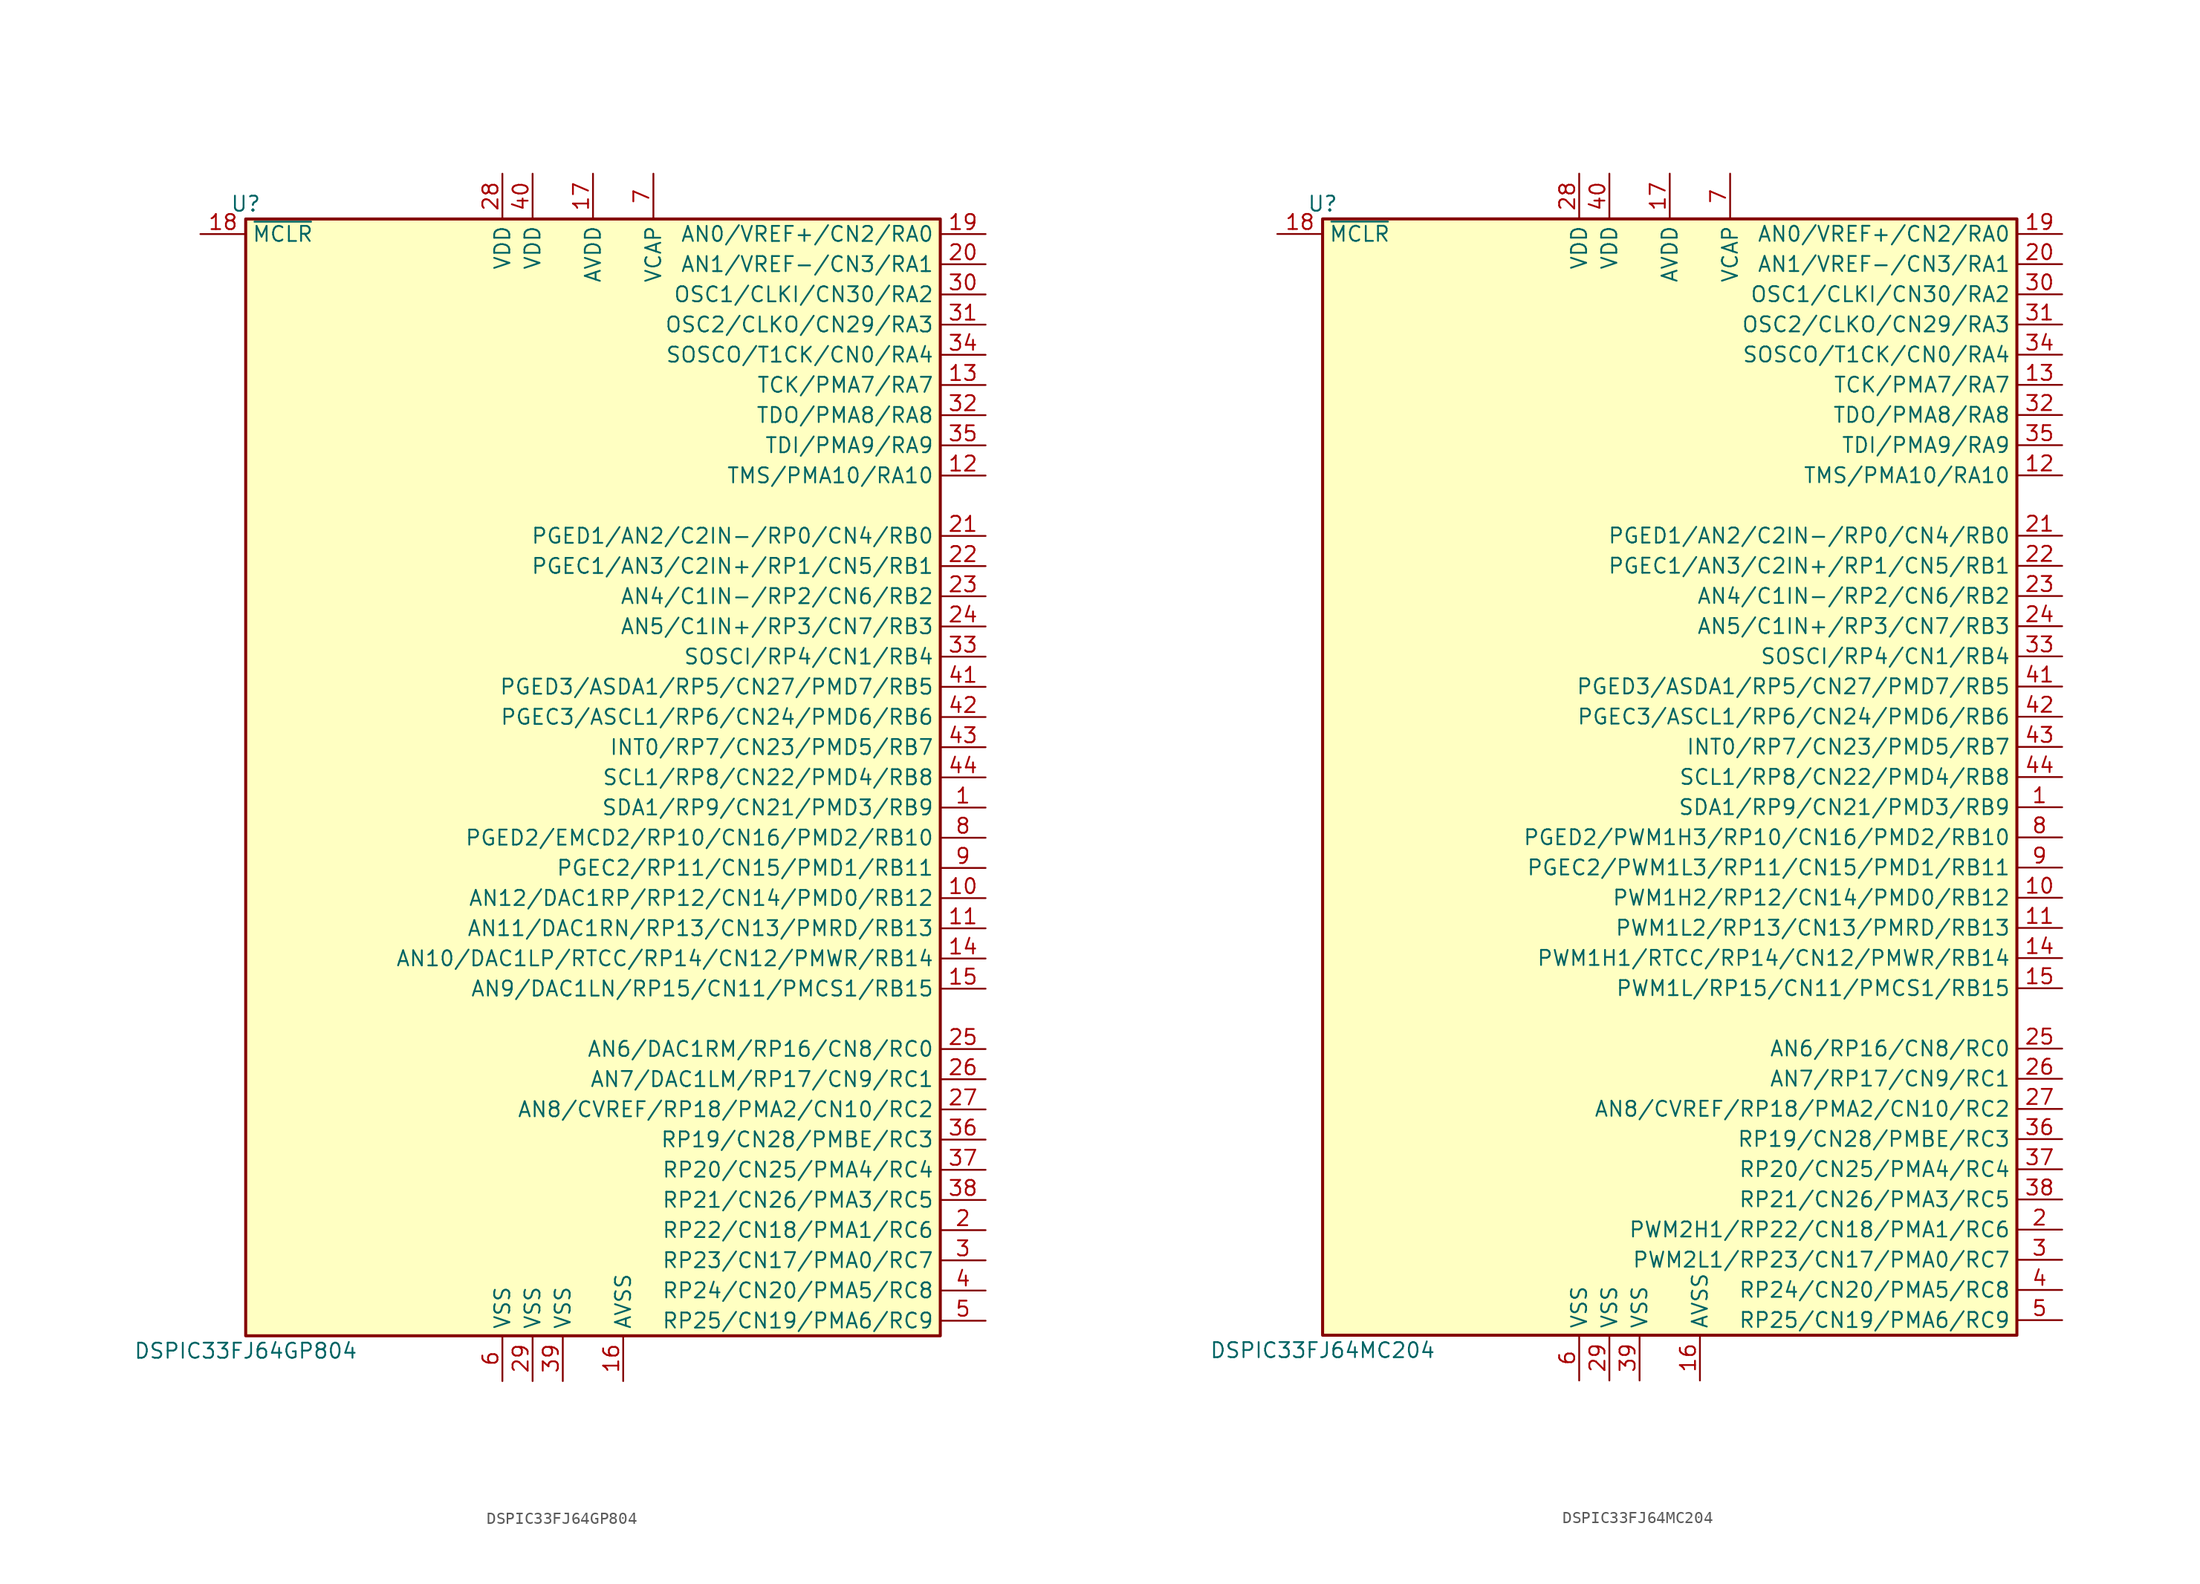
<source format=kicad_sym>
(kicad_symbol_lib
  (version 20201005)
  (generator kicad_symbol_editor)
  (symbol "DSP_Microchip_DSPIC33:DSPIC33FJ64GP804"
    (property "Reference" "U"
      (at -29.21 48.26 0)
      (effects (font (size 1.27 1.27))))
    (property "Value" "DSPIC33FJ64GP804"
      (at -29.21 -48.26 0)
      (effects (font (size 1.27 1.27))))
    (symbol "DSPIC33FJ64GP804_1_1"
      (rectangle (start -29.21 46.99) (end 29.21 -46.99) (stroke (width 0.254)) (fill (type background)))
      (pin bidirectional line (at 33.02 -2.54 180) (length 3.81) (name "SDA1/RP9/CN21/PMD3/RB9" (effects (font (size 1.27 1.27)))) (number "1" (effects (font (size 1.27 1.27)))))
      (pin bidirectional line (at 33.02 -10.16 180) (length 3.81) (name "AN12/DAC1RP/RP12/CN14/PMD0/RB12" (effects (font (size 1.27 1.27)))) (number "10" (effects (font (size 1.27 1.27)))))
      (pin bidirectional line (at 33.02 -12.7 180) (length 3.81) (name "AN11/DAC1RN/RP13/CN13/PMRD/RB13" (effects (font (size 1.27 1.27)))) (number "11" (effects (font (size 1.27 1.27)))))
      (pin bidirectional line (at 33.02 25.4 180) (length 3.81) (name "TMS/PMA10/RA10" (effects (font (size 1.27 1.27)))) (number "12" (effects (font (size 1.27 1.27)))))
      (pin bidirectional line (at 33.02 33.02 180) (length 3.81) (name "TCK/PMA7/RA7" (effects (font (size 1.27 1.27)))) (number "13" (effects (font (size 1.27 1.27)))))
      (pin bidirectional line (at 33.02 -15.24 180) (length 3.81) (name "AN10/DAC1LP/RTCC/RP14/CN12/PMWR/RB14" (effects (font (size 1.27 1.27)))) (number "14" (effects (font (size 1.27 1.27)))))
      (pin bidirectional line (at 33.02 -17.78 180) (length 3.81) (name "AN9/DAC1LN/RP15/CN11/PMCS1/RB15" (effects (font (size 1.27 1.27)))) (number "15" (effects (font (size 1.27 1.27)))))
      (pin power_in line (at 2.54 -50.8 90) (length 3.81) (name "AVSS" (effects (font (size 1.27 1.27)))) (number "16" (effects (font (size 1.27 1.27)))))
      (pin power_in line (at 0 50.8 270) (length 3.81) (name "AVDD" (effects (font (size 1.27 1.27)))) (number "17" (effects (font (size 1.27 1.27)))))
      (pin input line (at -33.02 45.72 0) (length 3.81) (name "~MCLR" (effects (font (size 1.27 1.27)))) (number "18" (effects (font (size 1.27 1.27)))))
      (pin bidirectional line (at 33.02 45.72 180) (length 3.81) (name "AN0/VREF+/CN2/RA0" (effects (font (size 1.27 1.27)))) (number "19" (effects (font (size 1.27 1.27)))))
      (pin bidirectional line (at 33.02 -38.1 180) (length 3.81) (name "RP22/CN18/PMA1/RC6" (effects (font (size 1.27 1.27)))) (number "2" (effects (font (size 1.27 1.27)))))
      (pin bidirectional line (at 33.02 43.18 180) (length 3.81) (name "AN1/VREF-/CN3/RA1" (effects (font (size 1.27 1.27)))) (number "20" (effects (font (size 1.27 1.27)))))
      (pin bidirectional line (at 33.02 20.32 180) (length 3.81) (name "PGED1/AN2/C2IN-/RP0/CN4/RB0" (effects (font (size 1.27 1.27)))) (number "21" (effects (font (size 1.27 1.27)))))
      (pin bidirectional line (at 33.02 17.78 180) (length 3.81) (name "PGEC1/AN3/C2IN+/RP1/CN5/RB1" (effects (font (size 1.27 1.27)))) (number "22" (effects (font (size 1.27 1.27)))))
      (pin bidirectional line (at 33.02 15.24 180) (length 3.81) (name "AN4/C1IN-/RP2/CN6/RB2" (effects (font (size 1.27 1.27)))) (number "23" (effects (font (size 1.27 1.27)))))
      (pin bidirectional line (at 33.02 12.7 180) (length 3.81) (name "AN5/C1IN+/RP3/CN7/RB3" (effects (font (size 1.27 1.27)))) (number "24" (effects (font (size 1.27 1.27)))))
      (pin bidirectional line (at 33.02 -22.86 180) (length 3.81) (name "AN6/DAC1RM/RP16/CN8/RC0" (effects (font (size 1.27 1.27)))) (number "25" (effects (font (size 1.27 1.27)))))
      (pin bidirectional line (at 33.02 -25.4 180) (length 3.81) (name "AN7/DAC1LM/RP17/CN9/RC1" (effects (font (size 1.27 1.27)))) (number "26" (effects (font (size 1.27 1.27)))))
      (pin bidirectional line (at 33.02 -27.94 180) (length 3.81) (name "AN8/CVREF/RP18/PMA2/CN10/RC2" (effects (font (size 1.27 1.27)))) (number "27" (effects (font (size 1.27 1.27)))))
      (pin power_in line (at -7.62 50.8 270) (length 3.81) (name "VDD" (effects (font (size 1.27 1.27)))) (number "28" (effects (font (size 1.27 1.27)))))
      (pin power_in line (at -5.08 -50.8 90) (length 3.81) (name "VSS" (effects (font (size 1.27 1.27)))) (number "29" (effects (font (size 1.27 1.27)))))
      (pin bidirectional line (at 33.02 -40.64 180) (length 3.81) (name "RP23/CN17/PMA0/RC7" (effects (font (size 1.27 1.27)))) (number "3" (effects (font (size 1.27 1.27)))))
      (pin input line (at 33.02 40.64 180) (length 3.81) (name "OSC1/CLKI/CN30/RA2" (effects (font (size 1.27 1.27)))) (number "30" (effects (font (size 1.27 1.27)))))
      (pin input line (at 33.02 38.1 180) (length 3.81) (name "OSC2/CLKO/CN29/RA3" (effects (font (size 1.27 1.27)))) (number "31" (effects (font (size 1.27 1.27)))))
      (pin input line (at 33.02 30.48 180) (length 3.81) (name "TDO/PMA8/RA8" (effects (font (size 1.27 1.27)))) (number "32" (effects (font (size 1.27 1.27)))))
      (pin input line (at 33.02 10.16 180) (length 3.81) (name "SOSCI/RP4/CN1/RB4" (effects (font (size 1.27 1.27)))) (number "33" (effects (font (size 1.27 1.27)))))
      (pin input line (at 33.02 35.56 180) (length 3.81) (name "SOSCO/T1CK/CN0/RA4" (effects (font (size 1.27 1.27)))) (number "34" (effects (font (size 1.27 1.27)))))
      (pin input line (at 33.02 27.94 180) (length 3.81) (name "TDI/PMA9/RA9" (effects (font (size 1.27 1.27)))) (number "35" (effects (font (size 1.27 1.27)))))
      (pin input line (at 33.02 -30.48 180) (length 3.81) (name "RP19/CN28/PMBE/RC3" (effects (font (size 1.27 1.27)))) (number "36" (effects (font (size 1.27 1.27)))))
      (pin input line (at 33.02 -33.02 180) (length 3.81) (name "RP20/CN25/PMA4/RC4" (effects (font (size 1.27 1.27)))) (number "37" (effects (font (size 1.27 1.27)))))
      (pin input line (at 33.02 -35.56 180) (length 3.81) (name "RP21/CN26/PMA3/RC5" (effects (font (size 1.27 1.27)))) (number "38" (effects (font (size 1.27 1.27)))))
      (pin power_in line (at -2.54 -50.8 90) (length 3.81) (name "VSS" (effects (font (size 1.27 1.27)))) (number "39" (effects (font (size 1.27 1.27)))))
      (pin bidirectional line (at 33.02 -43.18 180) (length 3.81) (name "RP24/CN20/PMA5/RC8" (effects (font (size 1.27 1.27)))) (number "4" (effects (font (size 1.27 1.27)))))
      (pin power_in line (at -5.08 50.8 270) (length 3.81) (name "VDD" (effects (font (size 1.27 1.27)))) (number "40" (effects (font (size 1.27 1.27)))))
      (pin input line (at 33.02 7.62 180) (length 3.81) (name "PGED3/ASDA1/RP5/CN27/PMD7/RB5" (effects (font (size 1.27 1.27)))) (number "41" (effects (font (size 1.27 1.27)))))
      (pin input line (at 33.02 5.08 180) (length 3.81) (name "PGEC3/ASCL1/RP6/CN24/PMD6/RB6" (effects (font (size 1.27 1.27)))) (number "42" (effects (font (size 1.27 1.27)))))
      (pin input line (at 33.02 2.54 180) (length 3.81) (name "INT0/RP7/CN23/PMD5/RB7" (effects (font (size 1.27 1.27)))) (number "43" (effects (font (size 1.27 1.27)))))
      (pin input line (at 33.02 0 180) (length 3.81) (name "SCL1/RP8/CN22/PMD4/RB8" (effects (font (size 1.27 1.27)))) (number "44" (effects (font (size 1.27 1.27)))))
      (pin bidirectional line (at 33.02 -45.72 180) (length 3.81) (name "RP25/CN19/PMA6/RC9" (effects (font (size 1.27 1.27)))) (number "5" (effects (font (size 1.27 1.27)))))
      (pin power_in line (at -7.62 -50.8 90) (length 3.81) (name "VSS" (effects (font (size 1.27 1.27)))) (number "6" (effects (font (size 1.27 1.27)))))
      (pin power_in line (at 5.08 50.8 270) (length 3.81) (name "VCAP" (effects (font (size 1.27 1.27)))) (number "7" (effects (font (size 1.27 1.27)))))
      (pin bidirectional line (at 33.02 -5.08 180) (length 3.81) (name "PGED2/EMCD2/RP10/CN16/PMD2/RB10" (effects (font (size 1.27 1.27)))) (number "8" (effects (font (size 1.27 1.27)))))
      (pin bidirectional line (at 33.02 -7.62 180) (length 3.81) (name "PGEC2/RP11/CN15/PMD1/RB11" (effects (font (size 1.27 1.27)))) (number "9" (effects (font (size 1.27 1.27)))))))
  (symbol "DSP_Microchip_DSPIC33:DSPIC33FJ64MC204"
    (property "Reference" "U"
      (at -29.21 48.26 0)
      (effects (font (size 1.27 1.27))))
    (property "Value" "DSPIC33FJ64MC204"
      (at -29.21 -48.26 0)
      (effects (font (size 1.27 1.27))))
    (symbol "DSPIC33FJ64MC204_1_1"
      (rectangle (start -29.21 46.99) (end 29.21 -46.99) (stroke (width 0.254)) (fill (type background)))
      (pin bidirectional line (at 33.02 -2.54 180) (length 3.81) (name "SDA1/RP9/CN21/PMD3/RB9" (effects (font (size 1.27 1.27)))) (number "1" (effects (font (size 1.27 1.27)))))
      (pin bidirectional line (at 33.02 -10.16 180) (length 3.81) (name "PWM1H2/RP12/CN14/PMD0/RB12" (effects (font (size 1.27 1.27)))) (number "10" (effects (font (size 1.27 1.27)))))
      (pin bidirectional line (at 33.02 -12.7 180) (length 3.81) (name "PWM1L2/RP13/CN13/PMRD/RB13" (effects (font (size 1.27 1.27)))) (number "11" (effects (font (size 1.27 1.27)))))
      (pin bidirectional line (at 33.02 25.4 180) (length 3.81) (name "TMS/PMA10/RA10" (effects (font (size 1.27 1.27)))) (number "12" (effects (font (size 1.27 1.27)))))
      (pin bidirectional line (at 33.02 33.02 180) (length 3.81) (name "TCK/PMA7/RA7" (effects (font (size 1.27 1.27)))) (number "13" (effects (font (size 1.27 1.27)))))
      (pin bidirectional line (at 33.02 -15.24 180) (length 3.81) (name "PWM1H1/RTCC/RP14/CN12/PMWR/RB14" (effects (font (size 1.27 1.27)))) (number "14" (effects (font (size 1.27 1.27)))))
      (pin bidirectional line (at 33.02 -17.78 180) (length 3.81) (name "PWM1L/RP15/CN11/PMCS1/RB15" (effects (font (size 1.27 1.27)))) (number "15" (effects (font (size 1.27 1.27)))))
      (pin power_in line (at 2.54 -50.8 90) (length 3.81) (name "AVSS" (effects (font (size 1.27 1.27)))) (number "16" (effects (font (size 1.27 1.27)))))
      (pin power_in line (at 0 50.8 270) (length 3.81) (name "AVDD" (effects (font (size 1.27 1.27)))) (number "17" (effects (font (size 1.27 1.27)))))
      (pin input line (at -33.02 45.72 0) (length 3.81) (name "~MCLR" (effects (font (size 1.27 1.27)))) (number "18" (effects (font (size 1.27 1.27)))))
      (pin bidirectional line (at 33.02 45.72 180) (length 3.81) (name "AN0/VREF+/CN2/RA0" (effects (font (size 1.27 1.27)))) (number "19" (effects (font (size 1.27 1.27)))))
      (pin bidirectional line (at 33.02 -38.1 180) (length 3.81) (name "PWM2H1/RP22/CN18/PMA1/RC6" (effects (font (size 1.27 1.27)))) (number "2" (effects (font (size 1.27 1.27)))))
      (pin bidirectional line (at 33.02 43.18 180) (length 3.81) (name "AN1/VREF-/CN3/RA1" (effects (font (size 1.27 1.27)))) (number "20" (effects (font (size 1.27 1.27)))))
      (pin bidirectional line (at 33.02 20.32 180) (length 3.81) (name "PGED1/AN2/C2IN-/RP0/CN4/RB0" (effects (font (size 1.27 1.27)))) (number "21" (effects (font (size 1.27 1.27)))))
      (pin bidirectional line (at 33.02 17.78 180) (length 3.81) (name "PGEC1/AN3/C2IN+/RP1/CN5/RB1" (effects (font (size 1.27 1.27)))) (number "22" (effects (font (size 1.27 1.27)))))
      (pin bidirectional line (at 33.02 15.24 180) (length 3.81) (name "AN4/C1IN-/RP2/CN6/RB2" (effects (font (size 1.27 1.27)))) (number "23" (effects (font (size 1.27 1.27)))))
      (pin bidirectional line (at 33.02 12.7 180) (length 3.81) (name "AN5/C1IN+/RP3/CN7/RB3" (effects (font (size 1.27 1.27)))) (number "24" (effects (font (size 1.27 1.27)))))
      (pin bidirectional line (at 33.02 -22.86 180) (length 3.81) (name "AN6/RP16/CN8/RC0" (effects (font (size 1.27 1.27)))) (number "25" (effects (font (size 1.27 1.27)))))
      (pin bidirectional line (at 33.02 -25.4 180) (length 3.81) (name "AN7/RP17/CN9/RC1" (effects (font (size 1.27 1.27)))) (number "26" (effects (font (size 1.27 1.27)))))
      (pin bidirectional line (at 33.02 -27.94 180) (length 3.81) (name "AN8/CVREF/RP18/PMA2/CN10/RC2" (effects (font (size 1.27 1.27)))) (number "27" (effects (font (size 1.27 1.27)))))
      (pin power_in line (at -7.62 50.8 270) (length 3.81) (name "VDD" (effects (font (size 1.27 1.27)))) (number "28" (effects (font (size 1.27 1.27)))))
      (pin power_in line (at -5.08 -50.8 90) (length 3.81) (name "VSS" (effects (font (size 1.27 1.27)))) (number "29" (effects (font (size 1.27 1.27)))))
      (pin bidirectional line (at 33.02 -40.64 180) (length 3.81) (name "PWM2L1/RP23/CN17/PMA0/RC7" (effects (font (size 1.27 1.27)))) (number "3" (effects (font (size 1.27 1.27)))))
      (pin input line (at 33.02 40.64 180) (length 3.81) (name "OSC1/CLKI/CN30/RA2" (effects (font (size 1.27 1.27)))) (number "30" (effects (font (size 1.27 1.27)))))
      (pin input line (at 33.02 38.1 180) (length 3.81) (name "OSC2/CLKO/CN29/RA3" (effects (font (size 1.27 1.27)))) (number "31" (effects (font (size 1.27 1.27)))))
      (pin input line (at 33.02 30.48 180) (length 3.81) (name "TDO/PMA8/RA8" (effects (font (size 1.27 1.27)))) (number "32" (effects (font (size 1.27 1.27)))))
      (pin input line (at 33.02 10.16 180) (length 3.81) (name "SOSCI/RP4/CN1/RB4" (effects (font (size 1.27 1.27)))) (number "33" (effects (font (size 1.27 1.27)))))
      (pin input line (at 33.02 35.56 180) (length 3.81) (name "SOSCO/T1CK/CN0/RA4" (effects (font (size 1.27 1.27)))) (number "34" (effects (font (size 1.27 1.27)))))
      (pin input line (at 33.02 27.94 180) (length 3.81) (name "TDI/PMA9/RA9" (effects (font (size 1.27 1.27)))) (number "35" (effects (font (size 1.27 1.27)))))
      (pin input line (at 33.02 -30.48 180) (length 3.81) (name "RP19/CN28/PMBE/RC3" (effects (font (size 1.27 1.27)))) (number "36" (effects (font (size 1.27 1.27)))))
      (pin input line (at 33.02 -33.02 180) (length 3.81) (name "RP20/CN25/PMA4/RC4" (effects (font (size 1.27 1.27)))) (number "37" (effects (font (size 1.27 1.27)))))
      (pin input line (at 33.02 -35.56 180) (length 3.81) (name "RP21/CN26/PMA3/RC5" (effects (font (size 1.27 1.27)))) (number "38" (effects (font (size 1.27 1.27)))))
      (pin power_in line (at -2.54 -50.8 90) (length 3.81) (name "VSS" (effects (font (size 1.27 1.27)))) (number "39" (effects (font (size 1.27 1.27)))))
      (pin bidirectional line (at 33.02 -43.18 180) (length 3.81) (name "RP24/CN20/PMA5/RC8" (effects (font (size 1.27 1.27)))) (number "4" (effects (font (size 1.27 1.27)))))
      (pin power_in line (at -5.08 50.8 270) (length 3.81) (name "VDD" (effects (font (size 1.27 1.27)))) (number "40" (effects (font (size 1.27 1.27)))))
      (pin input line (at 33.02 7.62 180) (length 3.81) (name "PGED3/ASDA1/RP5/CN27/PMD7/RB5" (effects (font (size 1.27 1.27)))) (number "41" (effects (font (size 1.27 1.27)))))
      (pin input line (at 33.02 5.08 180) (length 3.81) (name "PGEC3/ASCL1/RP6/CN24/PMD6/RB6" (effects (font (size 1.27 1.27)))) (number "42" (effects (font (size 1.27 1.27)))))
      (pin input line (at 33.02 2.54 180) (length 3.81) (name "INT0/RP7/CN23/PMD5/RB7" (effects (font (size 1.27 1.27)))) (number "43" (effects (font (size 1.27 1.27)))))
      (pin input line (at 33.02 0 180) (length 3.81) (name "SCL1/RP8/CN22/PMD4/RB8" (effects (font (size 1.27 1.27)))) (number "44" (effects (font (size 1.27 1.27)))))
      (pin bidirectional line (at 33.02 -45.72 180) (length 3.81) (name "RP25/CN19/PMA6/RC9" (effects (font (size 1.27 1.27)))) (number "5" (effects (font (size 1.27 1.27)))))
      (pin power_in line (at -7.62 -50.8 90) (length 3.81) (name "VSS" (effects (font (size 1.27 1.27)))) (number "6" (effects (font (size 1.27 1.27)))))
      (pin power_in line (at 5.08 50.8 270) (length 3.81) (name "VCAP" (effects (font (size 1.27 1.27)))) (number "7" (effects (font (size 1.27 1.27)))))
      (pin bidirectional line (at 33.02 -5.08 180) (length 3.81) (name "PGED2/PWM1H3/RP10/CN16/PMD2/RB10" (effects (font (size 1.27 1.27)))) (number "8" (effects (font (size 1.27 1.27)))))
      (pin bidirectional line (at 33.02 -7.62 180) (length 3.81) (name "PGEC2/PWM1L3/RP11/CN15/PMD1/RB11" (effects (font (size 1.27 1.27)))) (number "9" (effects (font (size 1.27 1.27))))))))
</source>
